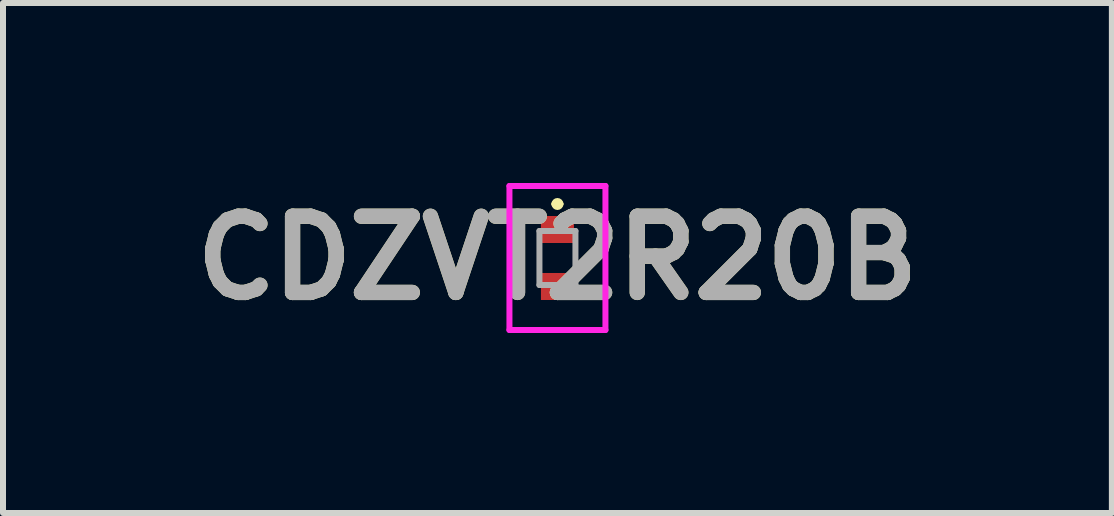
<source format=kicad_pcb>
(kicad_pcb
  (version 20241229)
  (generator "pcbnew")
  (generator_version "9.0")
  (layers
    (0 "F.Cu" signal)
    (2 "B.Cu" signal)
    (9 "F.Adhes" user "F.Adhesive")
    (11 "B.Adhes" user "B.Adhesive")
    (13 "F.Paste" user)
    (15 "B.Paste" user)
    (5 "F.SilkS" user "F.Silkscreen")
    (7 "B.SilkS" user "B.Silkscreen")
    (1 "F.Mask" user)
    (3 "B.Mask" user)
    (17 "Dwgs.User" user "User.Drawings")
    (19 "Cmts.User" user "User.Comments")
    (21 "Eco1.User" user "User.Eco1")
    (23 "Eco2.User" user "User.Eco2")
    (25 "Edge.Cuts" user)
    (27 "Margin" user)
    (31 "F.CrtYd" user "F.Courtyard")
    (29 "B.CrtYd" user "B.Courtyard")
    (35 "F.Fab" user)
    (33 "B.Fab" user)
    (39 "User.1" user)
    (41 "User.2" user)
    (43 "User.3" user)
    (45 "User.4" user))
  (footprint "CDZVT2R20B"
    (layer "F.Cu")
    (at 6.241 1.25)
    (property "Reference" "CDZVT2R20B" (at 0 0 0) (layer "F.SilkS") (effects (font (size 1.27 1.27) (thickness 0.254))))
    (attr smd)
    (fp_line (start -0.05 -0.9) (end -0.05 -0.9) (stroke (width 0.1) (type solid)) (layer "F.SilkS"))
    (fp_line (start 0.05 -0.9) (end 0.05 -0.9) (stroke (width 0.1) (type solid)) (layer "F.SilkS"))
    (fp_arc (start -0.05 -0.9) (mid 0 -0.95) (end 0.05 -0.9) (stroke (width 0.1) (type solid)) (layer "F.SilkS"))
    (fp_arc (start 0.05 -0.9) (mid 0 -0.85) (end -0.05 -0.9) (stroke (width 0.1) (type solid)) (layer "F.SilkS"))
    (fp_line (start -0.8 -1.2) (end 0.8 -1.2) (stroke (width 0.1) (type solid)) (layer "F.CrtYd"))
    (fp_line (start -0.8 1.2) (end -0.8 -1.2) (stroke (width 0.1) (type solid)) (layer "F.CrtYd"))
    (fp_line (start 0.8 -1.2) (end 0.8 1.2) (stroke (width 0.1) (type solid)) (layer "F.CrtYd"))
    (fp_line (start 0.8 1.2) (end -0.8 1.2) (stroke (width 0.1) (type solid)) (layer "F.CrtYd"))
    (fp_line (start -0.3 -0.45) (end -0.3 0.45) (stroke (width 0.1) (type solid)) (layer "F.Fab"))
    (fp_line (start -0.3 0.45) (end 0.3 0.45) (stroke (width 0.1) (type solid)) (layer "F.Fab"))
    (fp_line (start 0.3 -0.45) (end -0.3 -0.45) (stroke (width 0.1) (type solid)) (layer "F.Fab"))
    (fp_line (start 0.3 0.45) (end 0.3 -0.45) (stroke (width 0.1) (type solid)) (layer "F.Fab"))
    (fp_text user "${REFERENCE}" (at 0 0 0) (layer "F.Fab") (effects (font (size 1.27 1.27) (thickness 0.254))))
    (pad "1" smd rect (at 0 -0.475 90) (size 0.45 0.55) (layers "F.Cu" "F.Mask" "F.Paste"))
    (pad "2" smd rect (at 0 0.475 90) (size 0.45 0.55) (layers "F.Cu" "F.Mask" "F.Paste")))
  (gr_rect
    (start -3 -3)
    (end 15.482 5.5)
    (stroke (width 0.1) (type default))
    (fill no)
    (layer "Edge.Cuts")))
</source>
